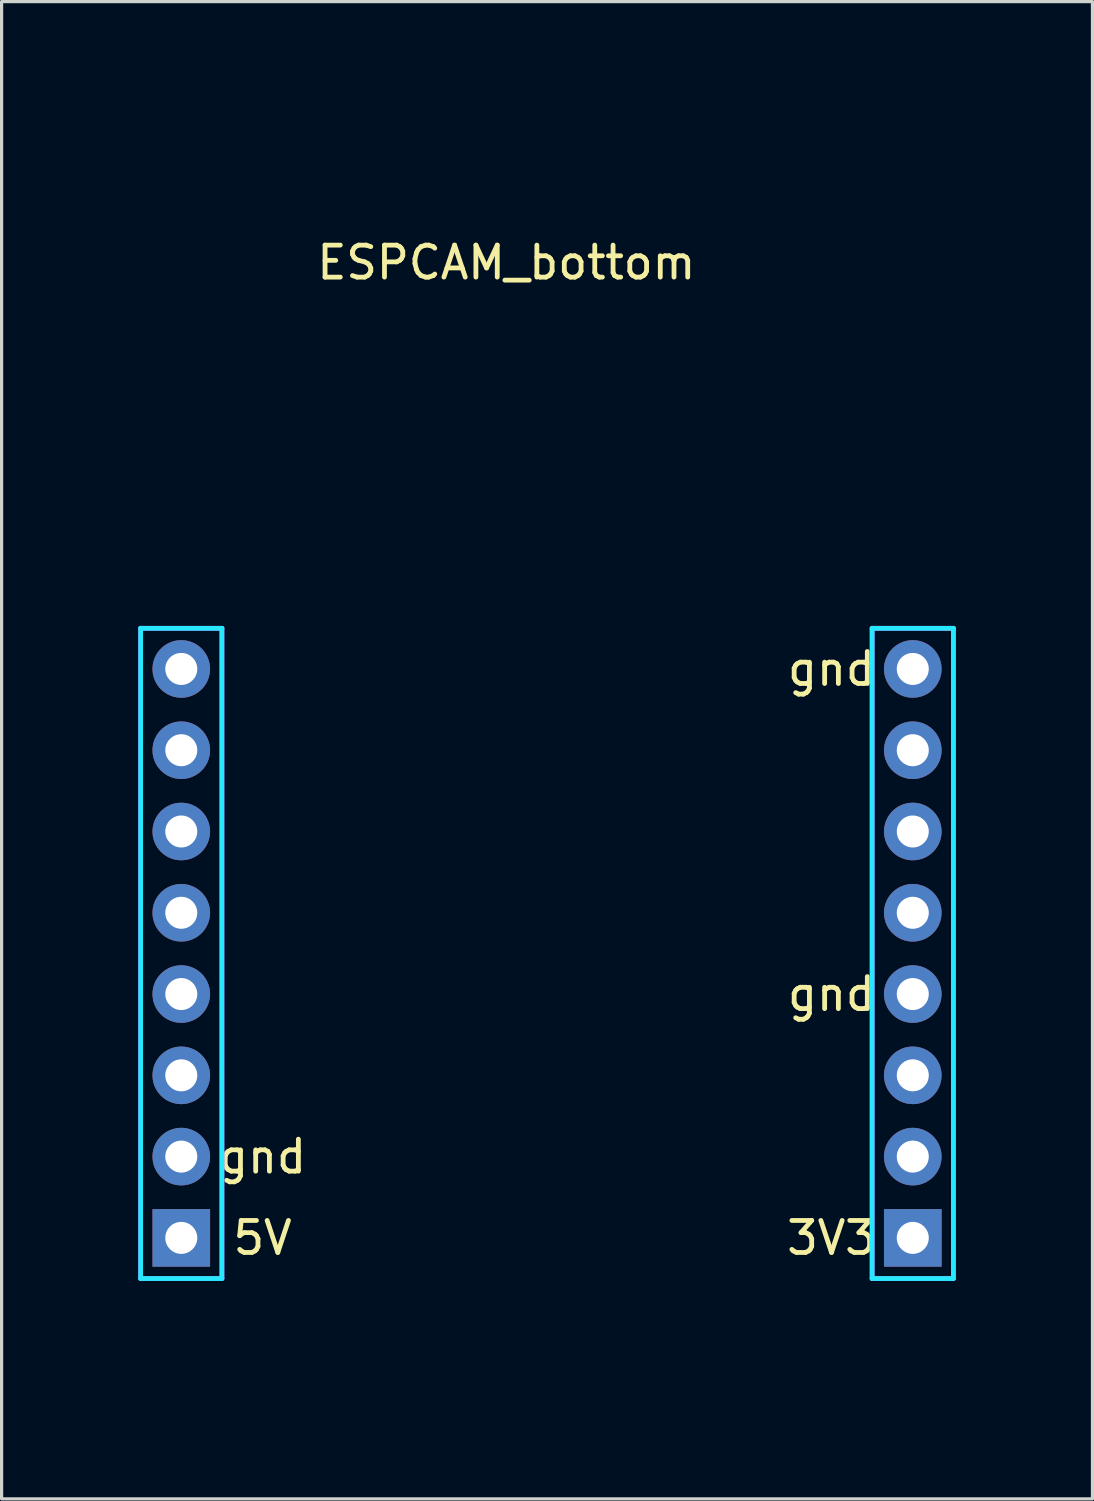
<source format=kicad_pcb>
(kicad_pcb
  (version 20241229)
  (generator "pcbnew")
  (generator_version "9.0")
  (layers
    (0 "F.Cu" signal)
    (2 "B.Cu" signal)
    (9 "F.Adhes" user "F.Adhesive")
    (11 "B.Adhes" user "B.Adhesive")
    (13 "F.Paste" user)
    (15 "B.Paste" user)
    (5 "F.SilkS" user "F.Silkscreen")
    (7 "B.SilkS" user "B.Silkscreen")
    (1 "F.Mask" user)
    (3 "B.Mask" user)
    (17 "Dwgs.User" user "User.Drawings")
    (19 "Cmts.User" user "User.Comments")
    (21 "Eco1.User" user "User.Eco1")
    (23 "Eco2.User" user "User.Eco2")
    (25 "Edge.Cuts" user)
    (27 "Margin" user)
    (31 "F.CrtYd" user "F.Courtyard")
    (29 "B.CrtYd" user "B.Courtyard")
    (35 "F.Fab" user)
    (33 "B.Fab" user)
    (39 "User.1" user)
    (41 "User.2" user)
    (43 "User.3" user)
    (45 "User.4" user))
  (footprint "ESPCAM_bottom"
    (layer "F.Cu")
    (at 12.775 15.315)
    (property "Reference" "ESPCAM_bottom" (at 0 -10.16 0) (layer "F.SilkS") (effects (font (size 1 1) (thickness 0.15))))
    (attr through_hole)
    (fp_line (start -12.7 22.86) (end -12.7 -12.7) (stroke (width 0.15) (type solid)) (layer "B.Paste"))
    (fp_line (start -10.16 -15.24) (end 12.7 -15.24) (stroke (width 0.15) (type solid)) (layer "B.Paste"))
    (fp_line (start 12.7 25.4) (end -10.16 25.4) (stroke (width 0.15) (type solid)) (layer "B.Paste"))
    (fp_line (start 15.24 -12.7) (end 15.24 22.86) (stroke (width 0.15) (type solid)) (layer "B.Paste"))
    (fp_arc (start -12.7 -12.7) (mid -11.956051 -14.496051) (end -10.16 -15.24) (stroke (width 0.15) (type solid)) (layer "B.Paste"))
    (fp_arc (start -10.16 25.4) (mid -11.956051 24.656051) (end -12.7 22.86) (stroke (width 0.15) (type solid)) (layer "B.Paste"))
    (fp_arc (start 12.7 -15.24) (mid 14.496051 -14.496051) (end 15.24 -12.7) (stroke (width 0.15) (type solid)) (layer "B.Paste"))
    (fp_arc (start 15.24 22.86) (mid 14.496051 24.656051) (end 12.7 25.4) (stroke (width 0.15) (type solid)) (layer "B.Paste"))
    (fp_line (start -11.43 1.27) (end -8.89 1.27) (stroke (width 0.15) (type solid)) (layer "B.CrtYd"))
    (fp_line (start -11.43 21.59) (end -11.43 1.27) (stroke (width 0.15) (type solid)) (layer "B.CrtYd"))
    (fp_line (start -8.89 1.27) (end -8.89 21.59) (stroke (width 0.15) (type solid)) (layer "B.CrtYd"))
    (fp_line (start -8.89 21.59) (end -11.43 21.59) (stroke (width 0.15) (type solid)) (layer "B.CrtYd"))
    (fp_line (start 11.43 1.27) (end 13.97 1.27) (stroke (width 0.15) (type solid)) (layer "B.CrtYd"))
    (fp_line (start 11.43 21.59) (end 11.43 1.27) (stroke (width 0.15) (type solid)) (layer "B.CrtYd"))
    (fp_line (start 13.97 1.27) (end 13.97 21.59) (stroke (width 0.15) (type solid)) (layer "B.CrtYd"))
    (fp_line (start 13.97 21.59) (end 11.43 21.59) (stroke (width 0.15) (type solid)) (layer "B.CrtYd"))
    (fp_line (start -11.43 1.27) (end -8.89 1.27) (stroke (width 0.15) (type solid)) (layer "F.CrtYd"))
    (fp_line (start -11.43 21.59) (end -11.43 1.27) (stroke (width 0.15) (type solid)) (layer "F.CrtYd"))
    (fp_line (start -8.89 1.27) (end -8.89 21.59) (stroke (width 0.15) (type solid)) (layer "F.CrtYd"))
    (fp_line (start -8.89 21.59) (end -11.43 21.59) (stroke (width 0.15) (type solid)) (layer "F.CrtYd"))
    (fp_line (start 11.43 1.27) (end 13.97 1.27) (stroke (width 0.15) (type solid)) (layer "F.CrtYd"))
    (fp_line (start 11.43 21.59) (end 11.43 1.27) (stroke (width 0.15) (type solid)) (layer "F.CrtYd"))
    (fp_line (start 13.97 1.27) (end 13.97 21.59) (stroke (width 0.15) (type solid)) (layer "F.CrtYd"))
    (fp_line (start 13.97 21.59) (end 11.43 21.59) (stroke (width 0.15) (type solid)) (layer "F.CrtYd"))
    (fp_text user "5V" (at -7.62 20.32 0) (layer "F.SilkS") (effects (font (size 1 1) (thickness 0.15))))
    (fp_text user "gnd" (at -7.62 17.78 0) (layer "F.SilkS") (effects (font (size 1 1) (thickness 0.15))))
    (fp_text user "3V3" (at 10.16 20.32 0) (layer "F.SilkS") (effects (font (size 1 1) (thickness 0.15))))
    (fp_text user "gnd" (at 10.16 2.54 0) (layer "F.SilkS") (effects (font (size 1 1) (thickness 0.15))))
    (fp_text user "gnd" (at 10.16 12.7 0) (layer "F.SilkS") (effects (font (size 1 1) (thickness 0.15))))
    (pad "1" thru_hole circle (at -10.16 2.54) (size 1.8 1.8) (drill 1) (layers "*.Cu" "*.Mask"))
    (pad "2" thru_hole circle (at -10.16 5.08) (size 1.8 1.8) (drill 1) (layers "*.Cu" "*.Mask"))
    (pad "3" thru_hole circle (at -10.16 7.62) (size 1.8 1.8) (drill 1) (layers "*.Cu" "*.Mask"))
    (pad "4" thru_hole circle (at -10.16 10.16) (size 1.8 1.8) (drill 1) (layers "*.Cu" "*.Mask"))
    (pad "5" thru_hole circle (at -10.16 12.7) (size 1.8 1.8) (drill 1) (layers "*.Cu" "*.Mask"))
    (pad "6" thru_hole circle (at -10.16 15.24) (size 1.8 1.8) (drill 1) (layers "*.Cu" "*.Mask"))
    (pad "7" thru_hole circle (at -10.16 17.78) (size 1.8 1.8) (drill 1) (layers "*.Cu" "*.Mask"))
    (pad "8" thru_hole rect (at -10.16 20.32) (size 1.8 1.8) (drill 1) (layers "*.Cu" "*.Mask"))
    (pad "9" thru_hole circle (at 12.7 2.54) (size 1.8 1.8) (drill 1) (layers "*.Cu" "*.Mask"))
    (pad "10" thru_hole circle (at 12.7 5.08) (size 1.8 1.8) (drill 1) (layers "*.Cu" "*.Mask"))
    (pad "11" thru_hole circle (at 12.7 7.62) (size 1.8 1.8) (drill 1) (layers "*.Cu" "*.Mask"))
    (pad "12" thru_hole circle (at 12.7 10.16) (size 1.8 1.8) (drill 1) (layers "*.Cu" "*.Mask"))
    (pad "13" thru_hole circle (at 12.7 12.7) (size 1.8 1.8) (drill 1) (layers "*.Cu" "*.Mask"))
    (pad "14" thru_hole circle (at 12.7 15.24) (size 1.8 1.8) (drill 1) (layers "*.Cu" "*.Mask"))
    (pad "15" thru_hole circle (at 12.7 17.78) (size 1.8 1.8) (drill 1) (layers "*.Cu" "*.Mask"))
    (pad "16" thru_hole rect (at 12.7 20.32) (size 1.8 1.8) (drill 1) (layers "*.Cu" "*.Mask")))
  (gr_rect
    (start -3 -3)
    (end 31.09 43.79)
    (stroke (width 0.1) (type default))
    (fill no)
    (layer "Edge.Cuts")))
</source>
